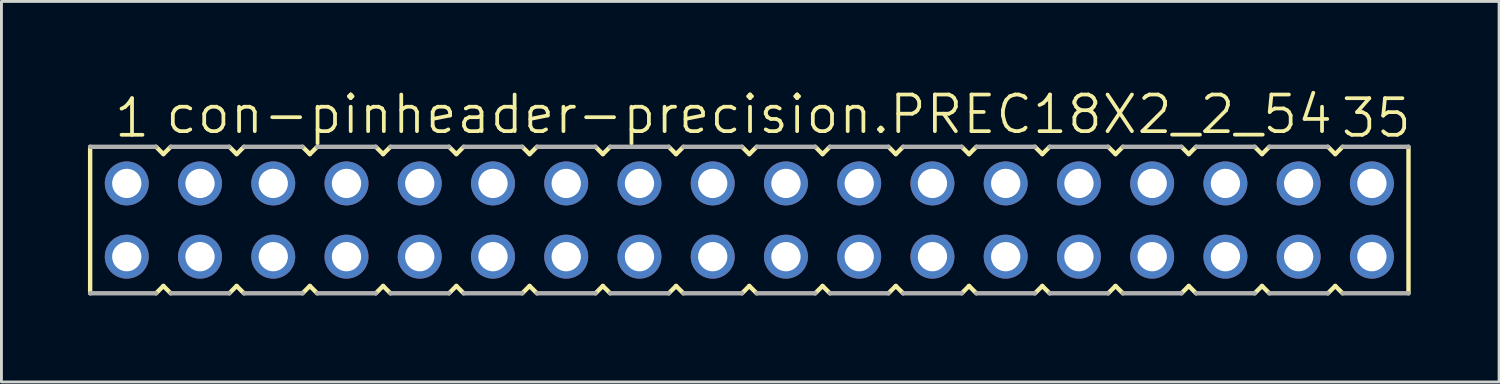
<source format=kicad_pcb>
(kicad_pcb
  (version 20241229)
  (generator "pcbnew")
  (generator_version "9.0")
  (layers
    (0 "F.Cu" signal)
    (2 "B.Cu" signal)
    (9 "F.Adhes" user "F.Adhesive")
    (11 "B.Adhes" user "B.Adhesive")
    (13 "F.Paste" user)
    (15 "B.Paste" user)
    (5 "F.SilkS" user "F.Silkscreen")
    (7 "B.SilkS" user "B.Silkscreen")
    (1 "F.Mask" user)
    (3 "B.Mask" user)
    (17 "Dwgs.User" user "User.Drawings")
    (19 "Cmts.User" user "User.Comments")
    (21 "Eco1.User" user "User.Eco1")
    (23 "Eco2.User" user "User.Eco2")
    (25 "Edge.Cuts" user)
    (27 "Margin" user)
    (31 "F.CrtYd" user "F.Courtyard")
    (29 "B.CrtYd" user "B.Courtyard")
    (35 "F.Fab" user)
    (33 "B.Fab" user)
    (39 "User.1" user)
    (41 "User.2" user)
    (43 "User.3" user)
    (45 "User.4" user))
  (footprint "con-pinheader-precision.PREC18X2_2_54"
    (layer "F.Cu")
    (at 22.936 4.581)
    (property "Reference" "con-pinheader-precision.PREC18X2_2_54" (at -20.32 -2.921 0) (layer "F.SilkS") (effects (font (size 1.27 1.27) (thickness 0.13)) (justify left bottom)))
    (attr through_hole)
    (fp_line (start -22.86 -2.54) (end -22.86 2.54) (stroke (width 0.152) (type default)) (layer "F.SilkS"))
    (fp_line (start -20.574 2.54) (end -20.32 2.286) (stroke (width 0.152) (type default)) (layer "F.SilkS"))
    (fp_line (start -20.32 -2.286) (end -20.574 -2.54) (stroke (width 0.152) (type default)) (layer "F.SilkS"))
    (fp_line (start -20.32 2.286) (end -20.066 2.54) (stroke (width 0.152) (type default)) (layer "F.SilkS"))
    (fp_line (start -20.066 -2.54) (end -20.32 -2.286) (stroke (width 0.152) (type default)) (layer "F.SilkS"))
    (fp_line (start -18.034 2.54) (end -17.78 2.286) (stroke (width 0.152) (type default)) (layer "F.SilkS"))
    (fp_line (start -17.78 -2.286) (end -18.034 -2.54) (stroke (width 0.152) (type default)) (layer "F.SilkS"))
    (fp_line (start -17.78 2.286) (end -17.526 2.54) (stroke (width 0.152) (type default)) (layer "F.SilkS"))
    (fp_line (start -17.526 -2.54) (end -17.78 -2.286) (stroke (width 0.152) (type default)) (layer "F.SilkS"))
    (fp_line (start -15.494 2.54) (end -15.24 2.286) (stroke (width 0.152) (type default)) (layer "F.SilkS"))
    (fp_line (start -15.24 -2.286) (end -15.494 -2.54) (stroke (width 0.152) (type default)) (layer "F.SilkS"))
    (fp_line (start -15.24 2.286) (end -14.986 2.54) (stroke (width 0.152) (type default)) (layer "F.SilkS"))
    (fp_line (start -14.986 -2.54) (end -15.24 -2.286) (stroke (width 0.152) (type default)) (layer "F.SilkS"))
    (fp_line (start -12.954 2.54) (end -12.7 2.286) (stroke (width 0.152) (type default)) (layer "F.SilkS"))
    (fp_line (start -12.7 -2.286) (end -12.954 -2.54) (stroke (width 0.152) (type default)) (layer "F.SilkS"))
    (fp_line (start -12.7 2.286) (end -12.446 2.54) (stroke (width 0.152) (type default)) (layer "F.SilkS"))
    (fp_line (start -12.446 -2.54) (end -12.7 -2.286) (stroke (width 0.152) (type default)) (layer "F.SilkS"))
    (fp_line (start -10.414 2.54) (end -10.16 2.286) (stroke (width 0.152) (type default)) (layer "F.SilkS"))
    (fp_line (start -10.16 -2.286) (end -10.414 -2.54) (stroke (width 0.152) (type default)) (layer "F.SilkS"))
    (fp_line (start -10.16 2.286) (end -9.906 2.54) (stroke (width 0.152) (type default)) (layer "F.SilkS"))
    (fp_line (start -9.906 -2.54) (end -10.16 -2.286) (stroke (width 0.152) (type default)) (layer "F.SilkS"))
    (fp_line (start -7.874 2.54) (end -7.62 2.286) (stroke (width 0.152) (type default)) (layer "F.SilkS"))
    (fp_line (start -7.62 -2.286) (end -7.874 -2.54) (stroke (width 0.152) (type default)) (layer "F.SilkS"))
    (fp_line (start -7.62 2.286) (end -7.366 2.54) (stroke (width 0.152) (type default)) (layer "F.SilkS"))
    (fp_line (start -7.366 -2.54) (end -7.62 -2.286) (stroke (width 0.152) (type default)) (layer "F.SilkS"))
    (fp_line (start -5.334 2.54) (end -5.08 2.286) (stroke (width 0.152) (type default)) (layer "F.SilkS"))
    (fp_line (start -5.08 -2.286) (end -5.334 -2.54) (stroke (width 0.152) (type default)) (layer "F.SilkS"))
    (fp_line (start -5.08 2.286) (end -4.826 2.54) (stroke (width 0.152) (type default)) (layer "F.SilkS"))
    (fp_line (start -4.826 -2.54) (end -5.08 -2.286) (stroke (width 0.152) (type default)) (layer "F.SilkS"))
    (fp_line (start -2.794 2.54) (end -2.54 2.286) (stroke (width 0.152) (type default)) (layer "F.SilkS"))
    (fp_line (start -2.54 -2.286) (end -2.794 -2.54) (stroke (width 0.152) (type default)) (layer "F.SilkS"))
    (fp_line (start -2.54 2.286) (end -2.286 2.54) (stroke (width 0.152) (type default)) (layer "F.SilkS"))
    (fp_line (start -2.286 -2.54) (end -2.54 -2.286) (stroke (width 0.152) (type default)) (layer "F.SilkS"))
    (fp_line (start -0.254 2.54) (end 0 2.286) (stroke (width 0.152) (type default)) (layer "F.SilkS"))
    (fp_line (start 0 -2.286) (end -0.254 -2.54) (stroke (width 0.152) (type default)) (layer "F.SilkS"))
    (fp_line (start 0 2.286) (end 0.254 2.54) (stroke (width 0.152) (type default)) (layer "F.SilkS"))
    (fp_line (start 0.254 -2.54) (end 0 -2.286) (stroke (width 0.152) (type default)) (layer "F.SilkS"))
    (fp_line (start 2.286 2.54) (end 2.54 2.286) (stroke (width 0.152) (type default)) (layer "F.SilkS"))
    (fp_line (start 2.54 -2.286) (end 2.286 -2.54) (stroke (width 0.152) (type default)) (layer "F.SilkS"))
    (fp_line (start 2.54 2.286) (end 2.794 2.54) (stroke (width 0.152) (type default)) (layer "F.SilkS"))
    (fp_line (start 2.794 -2.54) (end 2.54 -2.286) (stroke (width 0.152) (type default)) (layer "F.SilkS"))
    (fp_line (start 4.826 2.54) (end 5.08 2.286) (stroke (width 0.152) (type default)) (layer "F.SilkS"))
    (fp_line (start 5.08 -2.286) (end 4.826 -2.54) (stroke (width 0.152) (type default)) (layer "F.SilkS"))
    (fp_line (start 5.08 2.286) (end 5.334 2.54) (stroke (width 0.152) (type default)) (layer "F.SilkS"))
    (fp_line (start 5.334 -2.54) (end 5.08 -2.286) (stroke (width 0.152) (type default)) (layer "F.SilkS"))
    (fp_line (start 7.366 2.54) (end 7.62 2.286) (stroke (width 0.152) (type default)) (layer "F.SilkS"))
    (fp_line (start 7.62 -2.286) (end 7.366 -2.54) (stroke (width 0.152) (type default)) (layer "F.SilkS"))
    (fp_line (start 7.62 2.286) (end 7.874 2.54) (stroke (width 0.152) (type default)) (layer "F.SilkS"))
    (fp_line (start 7.874 -2.54) (end 7.62 -2.286) (stroke (width 0.152) (type default)) (layer "F.SilkS"))
    (fp_line (start 9.906 2.54) (end 10.16 2.286) (stroke (width 0.152) (type default)) (layer "F.SilkS"))
    (fp_line (start 10.16 -2.286) (end 9.906 -2.54) (stroke (width 0.152) (type default)) (layer "F.SilkS"))
    (fp_line (start 10.16 2.286) (end 10.414 2.54) (stroke (width 0.152) (type default)) (layer "F.SilkS"))
    (fp_line (start 10.414 -2.54) (end 10.16 -2.286) (stroke (width 0.152) (type default)) (layer "F.SilkS"))
    (fp_line (start 12.446 2.54) (end 12.7 2.286) (stroke (width 0.152) (type default)) (layer "F.SilkS"))
    (fp_line (start 12.7 -2.286) (end 12.446 -2.54) (stroke (width 0.152) (type default)) (layer "F.SilkS"))
    (fp_line (start 12.7 2.286) (end 12.954 2.54) (stroke (width 0.152) (type default)) (layer "F.SilkS"))
    (fp_line (start 12.954 -2.54) (end 12.7 -2.286) (stroke (width 0.152) (type default)) (layer "F.SilkS"))
    (fp_line (start 14.986 2.54) (end 15.24 2.286) (stroke (width 0.152) (type default)) (layer "F.SilkS"))
    (fp_line (start 15.24 -2.286) (end 14.986 -2.54) (stroke (width 0.152) (type default)) (layer "F.SilkS"))
    (fp_line (start 15.24 2.286) (end 15.494 2.54) (stroke (width 0.152) (type default)) (layer "F.SilkS"))
    (fp_line (start 15.494 -2.54) (end 15.24 -2.286) (stroke (width 0.152) (type default)) (layer "F.SilkS"))
    (fp_line (start 17.526 2.54) (end 17.78 2.286) (stroke (width 0.152) (type default)) (layer "F.SilkS"))
    (fp_line (start 17.78 -2.286) (end 17.526 -2.54) (stroke (width 0.152) (type default)) (layer "F.SilkS"))
    (fp_line (start 17.78 2.286) (end 18.034 2.54) (stroke (width 0.152) (type default)) (layer "F.SilkS"))
    (fp_line (start 18.034 -2.54) (end 17.78 -2.286) (stroke (width 0.152) (type default)) (layer "F.SilkS"))
    (fp_line (start 20.066 2.54) (end 20.32 2.286) (stroke (width 0.152) (type default)) (layer "F.SilkS"))
    (fp_line (start 20.32 -2.286) (end 20.066 -2.54) (stroke (width 0.152) (type default)) (layer "F.SilkS"))
    (fp_line (start 20.32 2.286) (end 20.574 2.54) (stroke (width 0.152) (type default)) (layer "F.SilkS"))
    (fp_line (start 20.574 -2.54) (end 20.32 -2.286) (stroke (width 0.152) (type default)) (layer "F.SilkS"))
    (fp_line (start 22.86 -2.54) (end 22.86 2.54) (stroke (width 0.152) (type default)) (layer "F.SilkS"))
    (fp_line (start -22.86 2.54) (end -20.574 2.54) (stroke (width 0.152) (type default)) (layer "F.Fab"))
    (fp_line (start -20.574 -2.54) (end -22.86 -2.54) (stroke (width 0.152) (type default)) (layer "F.Fab"))
    (fp_line (start -20.066 2.54) (end -18.034 2.54) (stroke (width 0.152) (type default)) (layer "F.Fab"))
    (fp_line (start -18.034 -2.54) (end -20.066 -2.54) (stroke (width 0.152) (type default)) (layer "F.Fab"))
    (fp_line (start -17.526 2.54) (end -15.494 2.54) (stroke (width 0.152) (type default)) (layer "F.Fab"))
    (fp_line (start -15.494 -2.54) (end -17.526 -2.54) (stroke (width 0.152) (type default)) (layer "F.Fab"))
    (fp_line (start -14.986 2.54) (end -12.954 2.54) (stroke (width 0.152) (type default)) (layer "F.Fab"))
    (fp_line (start -12.954 -2.54) (end -14.986 -2.54) (stroke (width 0.152) (type default)) (layer "F.Fab"))
    (fp_line (start -12.446 2.54) (end -10.414 2.54) (stroke (width 0.152) (type default)) (layer "F.Fab"))
    (fp_line (start -10.414 -2.54) (end -12.446 -2.54) (stroke (width 0.152) (type default)) (layer "F.Fab"))
    (fp_line (start -9.906 2.54) (end -7.874 2.54) (stroke (width 0.152) (type default)) (layer "F.Fab"))
    (fp_line (start -7.874 -2.54) (end -9.906 -2.54) (stroke (width 0.152) (type default)) (layer "F.Fab"))
    (fp_line (start -7.366 2.54) (end -5.334 2.54) (stroke (width 0.152) (type default)) (layer "F.Fab"))
    (fp_line (start -5.334 -2.54) (end -7.366 -2.54) (stroke (width 0.152) (type default)) (layer "F.Fab"))
    (fp_line (start -4.826 2.54) (end -2.794 2.54) (stroke (width 0.152) (type default)) (layer "F.Fab"))
    (fp_line (start -2.794 -2.54) (end -4.826 -2.54) (stroke (width 0.152) (type default)) (layer "F.Fab"))
    (fp_line (start -2.286 2.54) (end -0.254 2.54) (stroke (width 0.152) (type default)) (layer "F.Fab"))
    (fp_line (start -0.254 -2.54) (end -2.286 -2.54) (stroke (width 0.152) (type default)) (layer "F.Fab"))
    (fp_line (start 0.254 2.54) (end 2.286 2.54) (stroke (width 0.152) (type default)) (layer "F.Fab"))
    (fp_line (start 2.286 -2.54) (end 0.254 -2.54) (stroke (width 0.152) (type default)) (layer "F.Fab"))
    (fp_line (start 2.794 2.54) (end 4.826 2.54) (stroke (width 0.152) (type default)) (layer "F.Fab"))
    (fp_line (start 4.826 -2.54) (end 2.794 -2.54) (stroke (width 0.152) (type default)) (layer "F.Fab"))
    (fp_line (start 5.334 2.54) (end 7.366 2.54) (stroke (width 0.152) (type default)) (layer "F.Fab"))
    (fp_line (start 7.366 -2.54) (end 5.334 -2.54) (stroke (width 0.152) (type default)) (layer "F.Fab"))
    (fp_line (start 7.874 2.54) (end 9.906 2.54) (stroke (width 0.152) (type default)) (layer "F.Fab"))
    (fp_line (start 9.906 -2.54) (end 7.874 -2.54) (stroke (width 0.152) (type default)) (layer "F.Fab"))
    (fp_line (start 10.414 2.54) (end 12.446 2.54) (stroke (width 0.152) (type default)) (layer "F.Fab"))
    (fp_line (start 12.446 -2.54) (end 10.414 -2.54) (stroke (width 0.152) (type default)) (layer "F.Fab"))
    (fp_line (start 12.954 2.54) (end 14.986 2.54) (stroke (width 0.152) (type default)) (layer "F.Fab"))
    (fp_line (start 14.986 -2.54) (end 12.954 -2.54) (stroke (width 0.152) (type default)) (layer "F.Fab"))
    (fp_line (start 15.494 2.54) (end 17.526 2.54) (stroke (width 0.152) (type default)) (layer "F.Fab"))
    (fp_line (start 17.526 -2.54) (end 15.494 -2.54) (stroke (width 0.152) (type default)) (layer "F.Fab"))
    (fp_line (start 18.034 2.54) (end 20.066 2.54) (stroke (width 0.152) (type default)) (layer "F.Fab"))
    (fp_line (start 20.066 -2.54) (end 18.034 -2.54) (stroke (width 0.152) (type default)) (layer "F.Fab"))
    (fp_line (start 20.574 2.54) (end 22.86 2.54) (stroke (width 0.152) (type default)) (layer "F.Fab"))
    (fp_line (start 22.86 -2.54) (end 20.574 -2.54) (stroke (width 0.152) (type default)) (layer "F.Fab"))
    (fp_text user "1" (at -22.098 -2.794 0) (layer "F.SilkS") (effects (font (size 1.27 1.27) (thickness 0.13)) (justify left bottom)))
    (fp_text user "35" (at 20.447 -2.794 0) (layer "F.SilkS") (effects (font (size 1.27 1.27) (thickness 0.13)) (justify left bottom)))
    (pad "1" thru_hole circle (at -21.59 -1.27 180) (size 1.524 1.524) (drill 1.016) (layers "*.Cu" "*.Mask"))
    (pad "2" thru_hole circle (at -21.59 1.27 180) (size 1.524 1.524) (drill 1.016) (layers "*.Cu" "*.Mask"))
    (pad "3" thru_hole circle (at -19.05 -1.27 180) (size 1.524 1.524) (drill 1.016) (layers "*.Cu" "*.Mask"))
    (pad "4" thru_hole circle (at -19.05 1.27 180) (size 1.524 1.524) (drill 1.016) (layers "*.Cu" "*.Mask"))
    (pad "5" thru_hole circle (at -16.51 -1.27 180) (size 1.524 1.524) (drill 1.016) (layers "*.Cu" "*.Mask"))
    (pad "6" thru_hole circle (at -16.51 1.27 180) (size 1.524 1.524) (drill 1.016) (layers "*.Cu" "*.Mask"))
    (pad "7" thru_hole circle (at -13.97 -1.27 180) (size 1.524 1.524) (drill 1.016) (layers "*.Cu" "*.Mask"))
    (pad "8" thru_hole circle (at -13.97 1.27 180) (size 1.524 1.524) (drill 1.016) (layers "*.Cu" "*.Mask"))
    (pad "9" thru_hole circle (at -11.43 -1.27 180) (size 1.524 1.524) (drill 1.016) (layers "*.Cu" "*.Mask"))
    (pad "10" thru_hole circle (at -11.43 1.27 180) (size 1.524 1.524) (drill 1.016) (layers "*.Cu" "*.Mask"))
    (pad "11" thru_hole circle (at -8.89 -1.27 180) (size 1.524 1.524) (drill 1.016) (layers "*.Cu" "*.Mask"))
    (pad "12" thru_hole circle (at -8.89 1.27 180) (size 1.524 1.524) (drill 1.016) (layers "*.Cu" "*.Mask"))
    (pad "13" thru_hole circle (at -6.35 -1.27 180) (size 1.524 1.524) (drill 1.016) (layers "*.Cu" "*.Mask"))
    (pad "14" thru_hole circle (at -6.35 1.27 180) (size 1.524 1.524) (drill 1.016) (layers "*.Cu" "*.Mask"))
    (pad "15" thru_hole circle (at -3.81 -1.27 180) (size 1.524 1.524) (drill 1.016) (layers "*.Cu" "*.Mask"))
    (pad "16" thru_hole circle (at -3.81 1.27 180) (size 1.524 1.524) (drill 1.016) (layers "*.Cu" "*.Mask"))
    (pad "17" thru_hole circle (at -1.27 -1.27 180) (size 1.524 1.524) (drill 1.016) (layers "*.Cu" "*.Mask"))
    (pad "18" thru_hole circle (at -1.27 1.27 180) (size 1.524 1.524) (drill 1.016) (layers "*.Cu" "*.Mask"))
    (pad "19" thru_hole circle (at 1.27 -1.27 180) (size 1.524 1.524) (drill 1.016) (layers "*.Cu" "*.Mask"))
    (pad "20" thru_hole circle (at 1.27 1.27 180) (size 1.524 1.524) (drill 1.016) (layers "*.Cu" "*.Mask"))
    (pad "21" thru_hole circle (at 3.81 -1.27 180) (size 1.524 1.524) (drill 1.016) (layers "*.Cu" "*.Mask"))
    (pad "22" thru_hole circle (at 3.81 1.27 180) (size 1.524 1.524) (drill 1.016) (layers "*.Cu" "*.Mask"))
    (pad "23" thru_hole circle (at 6.35 -1.27 180) (size 1.524 1.524) (drill 1.016) (layers "*.Cu" "*.Mask"))
    (pad "24" thru_hole circle (at 6.35 1.27 180) (size 1.524 1.524) (drill 1.016) (layers "*.Cu" "*.Mask"))
    (pad "25" thru_hole circle (at 8.89 -1.27 180) (size 1.524 1.524) (drill 1.016) (layers "*.Cu" "*.Mask"))
    (pad "26" thru_hole circle (at 8.89 1.27 180) (size 1.524 1.524) (drill 1.016) (layers "*.Cu" "*.Mask"))
    (pad "27" thru_hole circle (at 11.43 -1.27 180) (size 1.524 1.524) (drill 1.016) (layers "*.Cu" "*.Mask"))
    (pad "28" thru_hole circle (at 11.43 1.27 180) (size 1.524 1.524) (drill 1.016) (layers "*.Cu" "*.Mask"))
    (pad "29" thru_hole circle (at 13.97 -1.27 180) (size 1.524 1.524) (drill 1.016) (layers "*.Cu" "*.Mask"))
    (pad "30" thru_hole circle (at 13.97 1.27 180) (size 1.524 1.524) (drill 1.016) (layers "*.Cu" "*.Mask"))
    (pad "31" thru_hole circle (at 16.51 -1.27 180) (size 1.524 1.524) (drill 1.016) (layers "*.Cu" "*.Mask"))
    (pad "32" thru_hole circle (at 16.51 1.27 180) (size 1.524 1.524) (drill 1.016) (layers "*.Cu" "*.Mask"))
    (pad "33" thru_hole circle (at 19.05 -1.27 180) (size 1.524 1.524) (drill 1.016) (layers "*.Cu" "*.Mask"))
    (pad "34" thru_hole circle (at 19.05 1.27 180) (size 1.524 1.524) (drill 1.016) (layers "*.Cu" "*.Mask"))
    (pad "35" thru_hole circle (at 21.59 -1.27 180) (size 1.524 1.524) (drill 1.016) (layers "*.Cu" "*.Mask"))
    (pad "36" thru_hole circle (at 21.59 1.27 180) (size 1.524 1.524) (drill 1.016) (layers "*.Cu" "*.Mask")))
  (gr_rect
    (start -3 -3)
    (end 48.938 10.197)
    (stroke (width 0.1) (type default))
    (fill no)
    (layer "Edge.Cuts")))
</source>
